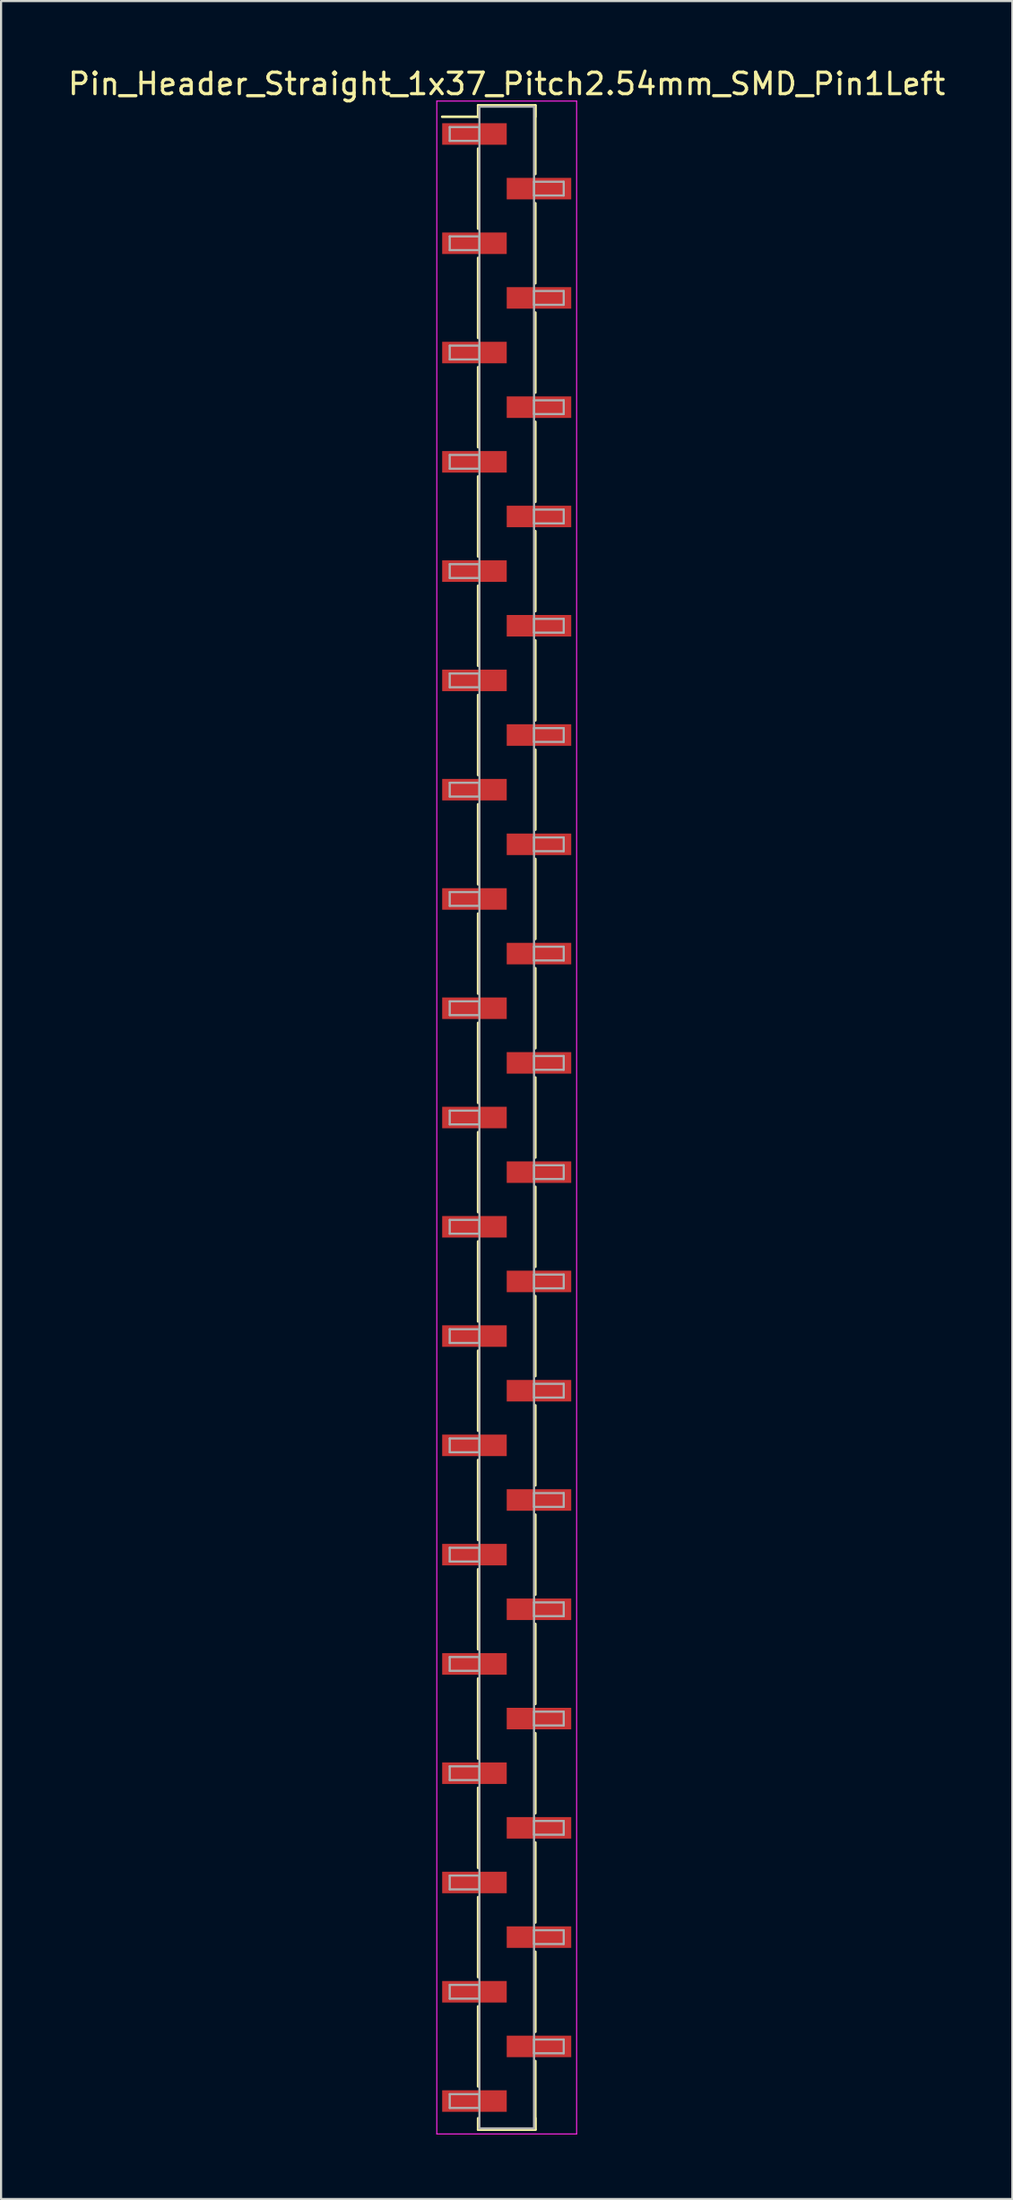
<source format=kicad_pcb>
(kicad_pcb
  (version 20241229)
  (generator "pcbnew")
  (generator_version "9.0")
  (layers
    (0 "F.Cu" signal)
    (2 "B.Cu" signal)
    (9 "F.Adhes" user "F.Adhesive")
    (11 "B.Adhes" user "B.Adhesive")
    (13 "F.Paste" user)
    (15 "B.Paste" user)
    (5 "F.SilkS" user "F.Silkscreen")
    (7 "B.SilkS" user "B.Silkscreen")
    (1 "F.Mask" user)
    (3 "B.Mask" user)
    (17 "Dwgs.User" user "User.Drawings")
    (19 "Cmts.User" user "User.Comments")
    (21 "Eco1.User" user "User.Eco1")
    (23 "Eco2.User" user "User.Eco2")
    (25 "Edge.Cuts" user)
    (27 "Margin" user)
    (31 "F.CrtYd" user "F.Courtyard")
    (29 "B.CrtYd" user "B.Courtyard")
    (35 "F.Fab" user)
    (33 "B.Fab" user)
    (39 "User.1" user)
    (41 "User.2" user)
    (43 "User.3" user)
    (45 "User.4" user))
  (footprint "Pin_Header_Straight_1x37_Pitch2.54mm_SMD_Pin1Left"
    (layer "F.Cu")
    (at 20.506 48.898)
    (property "Reference" "Pin_Header_Straight_1x37_Pitch2.54mm_SMD_Pin1Left" (at 0 -48.05 0) (layer "F.SilkS") (effects (font (size 1 1) (thickness 0.15))))
    (attr smd)
    (fp_line (start -1.33 -47.05) (end 1.33 -47.05) (stroke (width 0.12) (type solid)) (layer "F.SilkS"))
    (fp_line (start -1.33 -46.52) (end -3 -46.52) (stroke (width 0.12) (type solid)) (layer "F.SilkS"))
    (fp_line (start -1.33 -46.52) (end -1.33 -47.05) (stroke (width 0.12) (type solid)) (layer "F.SilkS"))
    (fp_line (start -1.33 -45.04) (end -1.33 -41.32) (stroke (width 0.12) (type solid)) (layer "F.SilkS"))
    (fp_line (start -1.33 -39.96) (end -1.33 -36.24) (stroke (width 0.12) (type solid)) (layer "F.SilkS"))
    (fp_line (start -1.33 -34.88) (end -1.33 -31.16) (stroke (width 0.12) (type solid)) (layer "F.SilkS"))
    (fp_line (start -1.33 -29.8) (end -1.33 -26.08) (stroke (width 0.12) (type solid)) (layer "F.SilkS"))
    (fp_line (start -1.33 -24.72) (end -1.33 -21) (stroke (width 0.12) (type solid)) (layer "F.SilkS"))
    (fp_line (start -1.33 -19.64) (end -1.33 -15.92) (stroke (width 0.12) (type solid)) (layer "F.SilkS"))
    (fp_line (start -1.33 -14.56) (end -1.33 -10.84) (stroke (width 0.12) (type solid)) (layer "F.SilkS"))
    (fp_line (start -1.33 -9.48) (end -1.33 -5.76) (stroke (width 0.12) (type solid)) (layer "F.SilkS"))
    (fp_line (start -1.33 -4.4) (end -1.33 -0.68) (stroke (width 0.12) (type solid)) (layer "F.SilkS"))
    (fp_line (start -1.33 0.68) (end -1.33 4.4) (stroke (width 0.12) (type solid)) (layer "F.SilkS"))
    (fp_line (start -1.33 5.76) (end -1.33 9.48) (stroke (width 0.12) (type solid)) (layer "F.SilkS"))
    (fp_line (start -1.33 10.84) (end -1.33 14.56) (stroke (width 0.12) (type solid)) (layer "F.SilkS"))
    (fp_line (start -1.33 15.92) (end -1.33 19.64) (stroke (width 0.12) (type solid)) (layer "F.SilkS"))
    (fp_line (start -1.33 21) (end -1.33 24.72) (stroke (width 0.12) (type solid)) (layer "F.SilkS"))
    (fp_line (start -1.33 26.08) (end -1.33 29.8) (stroke (width 0.12) (type solid)) (layer "F.SilkS"))
    (fp_line (start -1.33 31.16) (end -1.33 34.88) (stroke (width 0.12) (type solid)) (layer "F.SilkS"))
    (fp_line (start -1.33 36.24) (end -1.33 39.96) (stroke (width 0.12) (type solid)) (layer "F.SilkS"))
    (fp_line (start -1.33 41.32) (end -1.33 45.04) (stroke (width 0.12) (type solid)) (layer "F.SilkS"))
    (fp_line (start -1.33 46.52) (end -1.33 47.05) (stroke (width 0.12) (type solid)) (layer "F.SilkS"))
    (fp_line (start -1.33 47.05) (end 1.33 47.05) (stroke (width 0.12) (type solid)) (layer "F.SilkS"))
    (fp_line (start 1.33 -47.05) (end 1.33 -46.52) (stroke (width 0.12) (type solid)) (layer "F.SilkS"))
    (fp_line (start 1.33 -47.05) (end 1.33 -43.86) (stroke (width 0.12) (type solid)) (layer "F.SilkS"))
    (fp_line (start 1.33 -42.5) (end 1.33 -38.78) (stroke (width 0.12) (type solid)) (layer "F.SilkS"))
    (fp_line (start 1.33 -37.42) (end 1.33 -33.7) (stroke (width 0.12) (type solid)) (layer "F.SilkS"))
    (fp_line (start 1.33 -32.34) (end 1.33 -28.62) (stroke (width 0.12) (type solid)) (layer "F.SilkS"))
    (fp_line (start 1.33 -27.26) (end 1.33 -23.54) (stroke (width 0.12) (type solid)) (layer "F.SilkS"))
    (fp_line (start 1.33 -22.18) (end 1.33 -18.46) (stroke (width 0.12) (type solid)) (layer "F.SilkS"))
    (fp_line (start 1.33 -17.1) (end 1.33 -13.38) (stroke (width 0.12) (type solid)) (layer "F.SilkS"))
    (fp_line (start 1.33 -12.02) (end 1.33 -8.3) (stroke (width 0.12) (type solid)) (layer "F.SilkS"))
    (fp_line (start 1.33 -6.94) (end 1.33 -3.22) (stroke (width 0.12) (type solid)) (layer "F.SilkS"))
    (fp_line (start 1.33 -1.86) (end 1.33 1.86) (stroke (width 0.12) (type solid)) (layer "F.SilkS"))
    (fp_line (start 1.33 3.22) (end 1.33 6.94) (stroke (width 0.12) (type solid)) (layer "F.SilkS"))
    (fp_line (start 1.33 8.3) (end 1.33 12.02) (stroke (width 0.12) (type solid)) (layer "F.SilkS"))
    (fp_line (start 1.33 13.38) (end 1.33 17.1) (stroke (width 0.12) (type solid)) (layer "F.SilkS"))
    (fp_line (start 1.33 18.46) (end 1.33 22.18) (stroke (width 0.12) (type solid)) (layer "F.SilkS"))
    (fp_line (start 1.33 23.54) (end 1.33 27.26) (stroke (width 0.12) (type solid)) (layer "F.SilkS"))
    (fp_line (start 1.33 28.62) (end 1.33 32.34) (stroke (width 0.12) (type solid)) (layer "F.SilkS"))
    (fp_line (start 1.33 33.7) (end 1.33 37.42) (stroke (width 0.12) (type solid)) (layer "F.SilkS"))
    (fp_line (start 1.33 38.78) (end 1.33 42.5) (stroke (width 0.12) (type solid)) (layer "F.SilkS"))
    (fp_line (start 1.33 43.86) (end 1.33 47.05) (stroke (width 0.12) (type solid)) (layer "F.SilkS"))
    (fp_line (start 1.33 47.05) (end 1.33 46.52) (stroke (width 0.12) (type solid)) (layer "F.SilkS"))
    (fp_line (start -3.25 -47.25) (end -3.25 47.25) (stroke (width 0.05) (type solid)) (layer "F.CrtYd"))
    (fp_line (start -3.25 47.25) (end 3.25 47.25) (stroke (width 0.05) (type solid)) (layer "F.CrtYd"))
    (fp_line (start 3.25 -47.25) (end -3.25 -47.25) (stroke (width 0.05) (type solid)) (layer "F.CrtYd"))
    (fp_line (start 3.25 47.25) (end 3.25 -47.25) (stroke (width 0.05) (type solid)) (layer "F.CrtYd"))
    (fp_line (start -2.65 -46.04) (end -1.27 -46.04) (stroke (width 0.1) (type solid)) (layer "F.Fab"))
    (fp_line (start -2.65 -45.4) (end -2.65 -46.04) (stroke (width 0.1) (type solid)) (layer "F.Fab"))
    (fp_line (start -2.65 -40.96) (end -1.27 -40.96) (stroke (width 0.1) (type solid)) (layer "F.Fab"))
    (fp_line (start -2.65 -40.32) (end -2.65 -40.96) (stroke (width 0.1) (type solid)) (layer "F.Fab"))
    (fp_line (start -2.65 -35.88) (end -1.27 -35.88) (stroke (width 0.1) (type solid)) (layer "F.Fab"))
    (fp_line (start -2.65 -35.24) (end -2.65 -35.88) (stroke (width 0.1) (type solid)) (layer "F.Fab"))
    (fp_line (start -2.65 -30.8) (end -1.27 -30.8) (stroke (width 0.1) (type solid)) (layer "F.Fab"))
    (fp_line (start -2.65 -30.16) (end -2.65 -30.8) (stroke (width 0.1) (type solid)) (layer "F.Fab"))
    (fp_line (start -2.65 -25.72) (end -1.27 -25.72) (stroke (width 0.1) (type solid)) (layer "F.Fab"))
    (fp_line (start -2.65 -25.08) (end -2.65 -25.72) (stroke (width 0.1) (type solid)) (layer "F.Fab"))
    (fp_line (start -2.65 -20.64) (end -1.27 -20.64) (stroke (width 0.1) (type solid)) (layer "F.Fab"))
    (fp_line (start -2.65 -20) (end -2.65 -20.64) (stroke (width 0.1) (type solid)) (layer "F.Fab"))
    (fp_line (start -2.65 -15.56) (end -1.27 -15.56) (stroke (width 0.1) (type solid)) (layer "F.Fab"))
    (fp_line (start -2.65 -14.92) (end -2.65 -15.56) (stroke (width 0.1) (type solid)) (layer "F.Fab"))
    (fp_line (start -2.65 -10.48) (end -1.27 -10.48) (stroke (width 0.1) (type solid)) (layer "F.Fab"))
    (fp_line (start -2.65 -9.84) (end -2.65 -10.48) (stroke (width 0.1) (type solid)) (layer "F.Fab"))
    (fp_line (start -2.65 -5.4) (end -1.27 -5.4) (stroke (width 0.1) (type solid)) (layer "F.Fab"))
    (fp_line (start -2.65 -4.76) (end -2.65 -5.4) (stroke (width 0.1) (type solid)) (layer "F.Fab"))
    (fp_line (start -2.65 -0.32) (end -1.27 -0.32) (stroke (width 0.1) (type solid)) (layer "F.Fab"))
    (fp_line (start -2.65 0.32) (end -2.65 -0.32) (stroke (width 0.1) (type solid)) (layer "F.Fab"))
    (fp_line (start -2.65 4.76) (end -1.27 4.76) (stroke (width 0.1) (type solid)) (layer "F.Fab"))
    (fp_line (start -2.65 5.4) (end -2.65 4.76) (stroke (width 0.1) (type solid)) (layer "F.Fab"))
    (fp_line (start -2.65 9.84) (end -1.27 9.84) (stroke (width 0.1) (type solid)) (layer "F.Fab"))
    (fp_line (start -2.65 10.48) (end -2.65 9.84) (stroke (width 0.1) (type solid)) (layer "F.Fab"))
    (fp_line (start -2.65 14.92) (end -1.27 14.92) (stroke (width 0.1) (type solid)) (layer "F.Fab"))
    (fp_line (start -2.65 15.56) (end -2.65 14.92) (stroke (width 0.1) (type solid)) (layer "F.Fab"))
    (fp_line (start -2.65 20) (end -1.27 20) (stroke (width 0.1) (type solid)) (layer "F.Fab"))
    (fp_line (start -2.65 20.64) (end -2.65 20) (stroke (width 0.1) (type solid)) (layer "F.Fab"))
    (fp_line (start -2.65 25.08) (end -1.27 25.08) (stroke (width 0.1) (type solid)) (layer "F.Fab"))
    (fp_line (start -2.65 25.72) (end -2.65 25.08) (stroke (width 0.1) (type solid)) (layer "F.Fab"))
    (fp_line (start -2.65 30.16) (end -1.27 30.16) (stroke (width 0.1) (type solid)) (layer "F.Fab"))
    (fp_line (start -2.65 30.8) (end -2.65 30.16) (stroke (width 0.1) (type solid)) (layer "F.Fab"))
    (fp_line (start -2.65 35.24) (end -1.27 35.24) (stroke (width 0.1) (type solid)) (layer "F.Fab"))
    (fp_line (start -2.65 35.88) (end -2.65 35.24) (stroke (width 0.1) (type solid)) (layer "F.Fab"))
    (fp_line (start -2.65 40.32) (end -1.27 40.32) (stroke (width 0.1) (type solid)) (layer "F.Fab"))
    (fp_line (start -2.65 40.96) (end -2.65 40.32) (stroke (width 0.1) (type solid)) (layer "F.Fab"))
    (fp_line (start -2.65 45.4) (end -1.27 45.4) (stroke (width 0.1) (type solid)) (layer "F.Fab"))
    (fp_line (start -2.65 46.04) (end -2.65 45.4) (stroke (width 0.1) (type solid)) (layer "F.Fab"))
    (fp_line (start -1.27 -46.99) (end -1.27 46.99) (stroke (width 0.1) (type solid)) (layer "F.Fab"))
    (fp_line (start -1.27 -46.04) (end -1.27 -45.4) (stroke (width 0.1) (type solid)) (layer "F.Fab"))
    (fp_line (start -1.27 -45.4) (end -2.65 -45.4) (stroke (width 0.1) (type solid)) (layer "F.Fab"))
    (fp_line (start -1.27 -40.96) (end -1.27 -40.32) (stroke (width 0.1) (type solid)) (layer "F.Fab"))
    (fp_line (start -1.27 -40.32) (end -2.65 -40.32) (stroke (width 0.1) (type solid)) (layer "F.Fab"))
    (fp_line (start -1.27 -35.88) (end -1.27 -35.24) (stroke (width 0.1) (type solid)) (layer "F.Fab"))
    (fp_line (start -1.27 -35.24) (end -2.65 -35.24) (stroke (width 0.1) (type solid)) (layer "F.Fab"))
    (fp_line (start -1.27 -30.8) (end -1.27 -30.16) (stroke (width 0.1) (type solid)) (layer "F.Fab"))
    (fp_line (start -1.27 -30.16) (end -2.65 -30.16) (stroke (width 0.1) (type solid)) (layer "F.Fab"))
    (fp_line (start -1.27 -25.72) (end -1.27 -25.08) (stroke (width 0.1) (type solid)) (layer "F.Fab"))
    (fp_line (start -1.27 -25.08) (end -2.65 -25.08) (stroke (width 0.1) (type solid)) (layer "F.Fab"))
    (fp_line (start -1.27 -20.64) (end -1.27 -20) (stroke (width 0.1) (type solid)) (layer "F.Fab"))
    (fp_line (start -1.27 -20) (end -2.65 -20) (stroke (width 0.1) (type solid)) (layer "F.Fab"))
    (fp_line (start -1.27 -15.56) (end -1.27 -14.92) (stroke (width 0.1) (type solid)) (layer "F.Fab"))
    (fp_line (start -1.27 -14.92) (end -2.65 -14.92) (stroke (width 0.1) (type solid)) (layer "F.Fab"))
    (fp_line (start -1.27 -10.48) (end -1.27 -9.84) (stroke (width 0.1) (type solid)) (layer "F.Fab"))
    (fp_line (start -1.27 -9.84) (end -2.65 -9.84) (stroke (width 0.1) (type solid)) (layer "F.Fab"))
    (fp_line (start -1.27 -5.4) (end -1.27 -4.76) (stroke (width 0.1) (type solid)) (layer "F.Fab"))
    (fp_line (start -1.27 -4.76) (end -2.65 -4.76) (stroke (width 0.1) (type solid)) (layer "F.Fab"))
    (fp_line (start -1.27 -0.32) (end -1.27 0.32) (stroke (width 0.1) (type solid)) (layer "F.Fab"))
    (fp_line (start -1.27 0.32) (end -2.65 0.32) (stroke (width 0.1) (type solid)) (layer "F.Fab"))
    (fp_line (start -1.27 4.76) (end -1.27 5.4) (stroke (width 0.1) (type solid)) (layer "F.Fab"))
    (fp_line (start -1.27 5.4) (end -2.65 5.4) (stroke (width 0.1) (type solid)) (layer "F.Fab"))
    (fp_line (start -1.27 9.84) (end -1.27 10.48) (stroke (width 0.1) (type solid)) (layer "F.Fab"))
    (fp_line (start -1.27 10.48) (end -2.65 10.48) (stroke (width 0.1) (type solid)) (layer "F.Fab"))
    (fp_line (start -1.27 14.92) (end -1.27 15.56) (stroke (width 0.1) (type solid)) (layer "F.Fab"))
    (fp_line (start -1.27 15.56) (end -2.65 15.56) (stroke (width 0.1) (type solid)) (layer "F.Fab"))
    (fp_line (start -1.27 20) (end -1.27 20.64) (stroke (width 0.1) (type solid)) (layer "F.Fab"))
    (fp_line (start -1.27 20.64) (end -2.65 20.64) (stroke (width 0.1) (type solid)) (layer "F.Fab"))
    (fp_line (start -1.27 25.08) (end -1.27 25.72) (stroke (width 0.1) (type solid)) (layer "F.Fab"))
    (fp_line (start -1.27 25.72) (end -2.65 25.72) (stroke (width 0.1) (type solid)) (layer "F.Fab"))
    (fp_line (start -1.27 30.16) (end -1.27 30.8) (stroke (width 0.1) (type solid)) (layer "F.Fab"))
    (fp_line (start -1.27 30.8) (end -2.65 30.8) (stroke (width 0.1) (type solid)) (layer "F.Fab"))
    (fp_line (start -1.27 35.24) (end -1.27 35.88) (stroke (width 0.1) (type solid)) (layer "F.Fab"))
    (fp_line (start -1.27 35.88) (end -2.65 35.88) (stroke (width 0.1) (type solid)) (layer "F.Fab"))
    (fp_line (start -1.27 40.32) (end -1.27 40.96) (stroke (width 0.1) (type solid)) (layer "F.Fab"))
    (fp_line (start -1.27 40.96) (end -2.65 40.96) (stroke (width 0.1) (type solid)) (layer "F.Fab"))
    (fp_line (start -1.27 45.4) (end -1.27 46.04) (stroke (width 0.1) (type solid)) (layer "F.Fab"))
    (fp_line (start -1.27 46.04) (end -2.65 46.04) (stroke (width 0.1) (type solid)) (layer "F.Fab"))
    (fp_line (start -1.27 46.99) (end 1.27 46.99) (stroke (width 0.1) (type solid)) (layer "F.Fab"))
    (fp_line (start 1.27 -46.99) (end -1.27 -46.99) (stroke (width 0.1) (type solid)) (layer "F.Fab"))
    (fp_line (start 1.27 -43.5) (end 1.27 -42.86) (stroke (width 0.1) (type solid)) (layer "F.Fab"))
    (fp_line (start 1.27 -42.86) (end 2.65 -42.86) (stroke (width 0.1) (type solid)) (layer "F.Fab"))
    (fp_line (start 1.27 -38.42) (end 1.27 -37.78) (stroke (width 0.1) (type solid)) (layer "F.Fab"))
    (fp_line (start 1.27 -37.78) (end 2.65 -37.78) (stroke (width 0.1) (type solid)) (layer "F.Fab"))
    (fp_line (start 1.27 -33.34) (end 1.27 -32.7) (stroke (width 0.1) (type solid)) (layer "F.Fab"))
    (fp_line (start 1.27 -32.7) (end 2.65 -32.7) (stroke (width 0.1) (type solid)) (layer "F.Fab"))
    (fp_line (start 1.27 -28.26) (end 1.27 -27.62) (stroke (width 0.1) (type solid)) (layer "F.Fab"))
    (fp_line (start 1.27 -27.62) (end 2.65 -27.62) (stroke (width 0.1) (type solid)) (layer "F.Fab"))
    (fp_line (start 1.27 -23.18) (end 1.27 -22.54) (stroke (width 0.1) (type solid)) (layer "F.Fab"))
    (fp_line (start 1.27 -22.54) (end 2.65 -22.54) (stroke (width 0.1) (type solid)) (layer "F.Fab"))
    (fp_line (start 1.27 -18.1) (end 1.27 -17.46) (stroke (width 0.1) (type solid)) (layer "F.Fab"))
    (fp_line (start 1.27 -17.46) (end 2.65 -17.46) (stroke (width 0.1) (type solid)) (layer "F.Fab"))
    (fp_line (start 1.27 -13.02) (end 1.27 -12.38) (stroke (width 0.1) (type solid)) (layer "F.Fab"))
    (fp_line (start 1.27 -12.38) (end 2.65 -12.38) (stroke (width 0.1) (type solid)) (layer "F.Fab"))
    (fp_line (start 1.27 -7.94) (end 1.27 -7.3) (stroke (width 0.1) (type solid)) (layer "F.Fab"))
    (fp_line (start 1.27 -7.3) (end 2.65 -7.3) (stroke (width 0.1) (type solid)) (layer "F.Fab"))
    (fp_line (start 1.27 -2.86) (end 1.27 -2.22) (stroke (width 0.1) (type solid)) (layer "F.Fab"))
    (fp_line (start 1.27 -2.22) (end 2.65 -2.22) (stroke (width 0.1) (type solid)) (layer "F.Fab"))
    (fp_line (start 1.27 2.22) (end 1.27 2.86) (stroke (width 0.1) (type solid)) (layer "F.Fab"))
    (fp_line (start 1.27 2.86) (end 2.65 2.86) (stroke (width 0.1) (type solid)) (layer "F.Fab"))
    (fp_line (start 1.27 7.3) (end 1.27 7.94) (stroke (width 0.1) (type solid)) (layer "F.Fab"))
    (fp_line (start 1.27 7.94) (end 2.65 7.94) (stroke (width 0.1) (type solid)) (layer "F.Fab"))
    (fp_line (start 1.27 12.38) (end 1.27 13.02) (stroke (width 0.1) (type solid)) (layer "F.Fab"))
    (fp_line (start 1.27 13.02) (end 2.65 13.02) (stroke (width 0.1) (type solid)) (layer "F.Fab"))
    (fp_line (start 1.27 17.46) (end 1.27 18.1) (stroke (width 0.1) (type solid)) (layer "F.Fab"))
    (fp_line (start 1.27 18.1) (end 2.65 18.1) (stroke (width 0.1) (type solid)) (layer "F.Fab"))
    (fp_line (start 1.27 22.54) (end 1.27 23.18) (stroke (width 0.1) (type solid)) (layer "F.Fab"))
    (fp_line (start 1.27 23.18) (end 2.65 23.18) (stroke (width 0.1) (type solid)) (layer "F.Fab"))
    (fp_line (start 1.27 27.62) (end 1.27 28.26) (stroke (width 0.1) (type solid)) (layer "F.Fab"))
    (fp_line (start 1.27 28.26) (end 2.65 28.26) (stroke (width 0.1) (type solid)) (layer "F.Fab"))
    (fp_line (start 1.27 32.7) (end 1.27 33.34) (stroke (width 0.1) (type solid)) (layer "F.Fab"))
    (fp_line (start 1.27 33.34) (end 2.65 33.34) (stroke (width 0.1) (type solid)) (layer "F.Fab"))
    (fp_line (start 1.27 37.78) (end 1.27 38.42) (stroke (width 0.1) (type solid)) (layer "F.Fab"))
    (fp_line (start 1.27 38.42) (end 2.65 38.42) (stroke (width 0.1) (type solid)) (layer "F.Fab"))
    (fp_line (start 1.27 42.86) (end 1.27 43.5) (stroke (width 0.1) (type solid)) (layer "F.Fab"))
    (fp_line (start 1.27 43.5) (end 2.65 43.5) (stroke (width 0.1) (type solid)) (layer "F.Fab"))
    (fp_line (start 1.27 46.99) (end 1.27 -46.99) (stroke (width 0.1) (type solid)) (layer "F.Fab"))
    (fp_line (start 2.65 -43.5) (end 1.27 -43.5) (stroke (width 0.1) (type solid)) (layer "F.Fab"))
    (fp_line (start 2.65 -42.86) (end 2.65 -43.5) (stroke (width 0.1) (type solid)) (layer "F.Fab"))
    (fp_line (start 2.65 -38.42) (end 1.27 -38.42) (stroke (width 0.1) (type solid)) (layer "F.Fab"))
    (fp_line (start 2.65 -37.78) (end 2.65 -38.42) (stroke (width 0.1) (type solid)) (layer "F.Fab"))
    (fp_line (start 2.65 -33.34) (end 1.27 -33.34) (stroke (width 0.1) (type solid)) (layer "F.Fab"))
    (fp_line (start 2.65 -32.7) (end 2.65 -33.34) (stroke (width 0.1) (type solid)) (layer "F.Fab"))
    (fp_line (start 2.65 -28.26) (end 1.27 -28.26) (stroke (width 0.1) (type solid)) (layer "F.Fab"))
    (fp_line (start 2.65 -27.62) (end 2.65 -28.26) (stroke (width 0.1) (type solid)) (layer "F.Fab"))
    (fp_line (start 2.65 -23.18) (end 1.27 -23.18) (stroke (width 0.1) (type solid)) (layer "F.Fab"))
    (fp_line (start 2.65 -22.54) (end 2.65 -23.18) (stroke (width 0.1) (type solid)) (layer "F.Fab"))
    (fp_line (start 2.65 -18.1) (end 1.27 -18.1) (stroke (width 0.1) (type solid)) (layer "F.Fab"))
    (fp_line (start 2.65 -17.46) (end 2.65 -18.1) (stroke (width 0.1) (type solid)) (layer "F.Fab"))
    (fp_line (start 2.65 -13.02) (end 1.27 -13.02) (stroke (width 0.1) (type solid)) (layer "F.Fab"))
    (fp_line (start 2.65 -12.38) (end 2.65 -13.02) (stroke (width 0.1) (type solid)) (layer "F.Fab"))
    (fp_line (start 2.65 -7.94) (end 1.27 -7.94) (stroke (width 0.1) (type solid)) (layer "F.Fab"))
    (fp_line (start 2.65 -7.3) (end 2.65 -7.94) (stroke (width 0.1) (type solid)) (layer "F.Fab"))
    (fp_line (start 2.65 -2.86) (end 1.27 -2.86) (stroke (width 0.1) (type solid)) (layer "F.Fab"))
    (fp_line (start 2.65 -2.22) (end 2.65 -2.86) (stroke (width 0.1) (type solid)) (layer "F.Fab"))
    (fp_line (start 2.65 2.22) (end 1.27 2.22) (stroke (width 0.1) (type solid)) (layer "F.Fab"))
    (fp_line (start 2.65 2.86) (end 2.65 2.22) (stroke (width 0.1) (type solid)) (layer "F.Fab"))
    (fp_line (start 2.65 7.3) (end 1.27 7.3) (stroke (width 0.1) (type solid)) (layer "F.Fab"))
    (fp_line (start 2.65 7.94) (end 2.65 7.3) (stroke (width 0.1) (type solid)) (layer "F.Fab"))
    (fp_line (start 2.65 12.38) (end 1.27 12.38) (stroke (width 0.1) (type solid)) (layer "F.Fab"))
    (fp_line (start 2.65 13.02) (end 2.65 12.38) (stroke (width 0.1) (type solid)) (layer "F.Fab"))
    (fp_line (start 2.65 17.46) (end 1.27 17.46) (stroke (width 0.1) (type solid)) (layer "F.Fab"))
    (fp_line (start 2.65 18.1) (end 2.65 17.46) (stroke (width 0.1) (type solid)) (layer "F.Fab"))
    (fp_line (start 2.65 22.54) (end 1.27 22.54) (stroke (width 0.1) (type solid)) (layer "F.Fab"))
    (fp_line (start 2.65 23.18) (end 2.65 22.54) (stroke (width 0.1) (type solid)) (layer "F.Fab"))
    (fp_line (start 2.65 27.62) (end 1.27 27.62) (stroke (width 0.1) (type solid)) (layer "F.Fab"))
    (fp_line (start 2.65 28.26) (end 2.65 27.62) (stroke (width 0.1) (type solid)) (layer "F.Fab"))
    (fp_line (start 2.65 32.7) (end 1.27 32.7) (stroke (width 0.1) (type solid)) (layer "F.Fab"))
    (fp_line (start 2.65 33.34) (end 2.65 32.7) (stroke (width 0.1) (type solid)) (layer "F.Fab"))
    (fp_line (start 2.65 37.78) (end 1.27 37.78) (stroke (width 0.1) (type solid)) (layer "F.Fab"))
    (fp_line (start 2.65 38.42) (end 2.65 37.78) (stroke (width 0.1) (type solid)) (layer "F.Fab"))
    (fp_line (start 2.65 42.86) (end 1.27 42.86) (stroke (width 0.1) (type solid)) (layer "F.Fab"))
    (fp_line (start 2.65 43.5) (end 2.65 42.86) (stroke (width 0.1) (type solid)) (layer "F.Fab"))
    (pad "1" smd rect (at -1.5 -45.72) (size 3 1) (layers "F.Cu" "F.Mask"))
    (pad "2" smd rect (at 1.5 -43.18) (size 3 1) (layers "F.Cu" "F.Mask"))
    (pad "3" smd rect (at -1.5 -40.64) (size 3 1) (layers "F.Cu" "F.Mask"))
    (pad "4" smd rect (at 1.5 -38.1) (size 3 1) (layers "F.Cu" "F.Mask"))
    (pad "5" smd rect (at -1.5 -35.56) (size 3 1) (layers "F.Cu" "F.Mask"))
    (pad "6" smd rect (at 1.5 -33.02) (size 3 1) (layers "F.Cu" "F.Mask"))
    (pad "7" smd rect (at -1.5 -30.48) (size 3 1) (layers "F.Cu" "F.Mask"))
    (pad "8" smd rect (at 1.5 -27.94) (size 3 1) (layers "F.Cu" "F.Mask"))
    (pad "9" smd rect (at -1.5 -25.4) (size 3 1) (layers "F.Cu" "F.Mask"))
    (pad "10" smd rect (at 1.5 -22.86) (size 3 1) (layers "F.Cu" "F.Mask"))
    (pad "11" smd rect (at -1.5 -20.32) (size 3 1) (layers "F.Cu" "F.Mask"))
    (pad "12" smd rect (at 1.5 -17.78) (size 3 1) (layers "F.Cu" "F.Mask"))
    (pad "13" smd rect (at -1.5 -15.24) (size 3 1) (layers "F.Cu" "F.Mask"))
    (pad "14" smd rect (at 1.5 -12.7) (size 3 1) (layers "F.Cu" "F.Mask"))
    (pad "15" smd rect (at -1.5 -10.16) (size 3 1) (layers "F.Cu" "F.Mask"))
    (pad "16" smd rect (at 1.5 -7.62) (size 3 1) (layers "F.Cu" "F.Mask"))
    (pad "17" smd rect (at -1.5 -5.08) (size 3 1) (layers "F.Cu" "F.Mask"))
    (pad "18" smd rect (at 1.5 -2.54) (size 3 1) (layers "F.Cu" "F.Mask"))
    (pad "19" smd rect (at -1.5 0) (size 3 1) (layers "F.Cu" "F.Mask"))
    (pad "20" smd rect (at 1.5 2.54) (size 3 1) (layers "F.Cu" "F.Mask"))
    (pad "21" smd rect (at -1.5 5.08) (size 3 1) (layers "F.Cu" "F.Mask"))
    (pad "22" smd rect (at 1.5 7.62) (size 3 1) (layers "F.Cu" "F.Mask"))
    (pad "23" smd rect (at -1.5 10.16) (size 3 1) (layers "F.Cu" "F.Mask"))
    (pad "24" smd rect (at 1.5 12.7) (size 3 1) (layers "F.Cu" "F.Mask"))
    (pad "25" smd rect (at -1.5 15.24) (size 3 1) (layers "F.Cu" "F.Mask"))
    (pad "26" smd rect (at 1.5 17.78) (size 3 1) (layers "F.Cu" "F.Mask"))
    (pad "27" smd rect (at -1.5 20.32) (size 3 1) (layers "F.Cu" "F.Mask"))
    (pad "28" smd rect (at 1.5 22.86) (size 3 1) (layers "F.Cu" "F.Mask"))
    (pad "29" smd rect (at -1.5 25.4) (size 3 1) (layers "F.Cu" "F.Mask"))
    (pad "30" smd rect (at 1.5 27.94) (size 3 1) (layers "F.Cu" "F.Mask"))
    (pad "31" smd rect (at -1.5 30.48) (size 3 1) (layers "F.Cu" "F.Mask"))
    (pad "32" smd rect (at 1.5 33.02) (size 3 1) (layers "F.Cu" "F.Mask"))
    (pad "33" smd rect (at -1.5 35.56) (size 3 1) (layers "F.Cu" "F.Mask"))
    (pad "34" smd rect (at 1.5 38.1) (size 3 1) (layers "F.Cu" "F.Mask"))
    (pad "35" smd rect (at -1.5 40.64) (size 3 1) (layers "F.Cu" "F.Mask"))
    (pad "36" smd rect (at 1.5 43.18) (size 3 1) (layers "F.Cu" "F.Mask"))
    (pad "37" smd rect (at -1.5 45.72) (size 3 1) (layers "F.Cu" "F.Mask")))
  (gr_rect
    (start -3 -3)
    (end 44.012 99.173)
    (stroke (width 0.1) (type default))
    (fill no)
    (layer "Edge.Cuts")))
</source>
